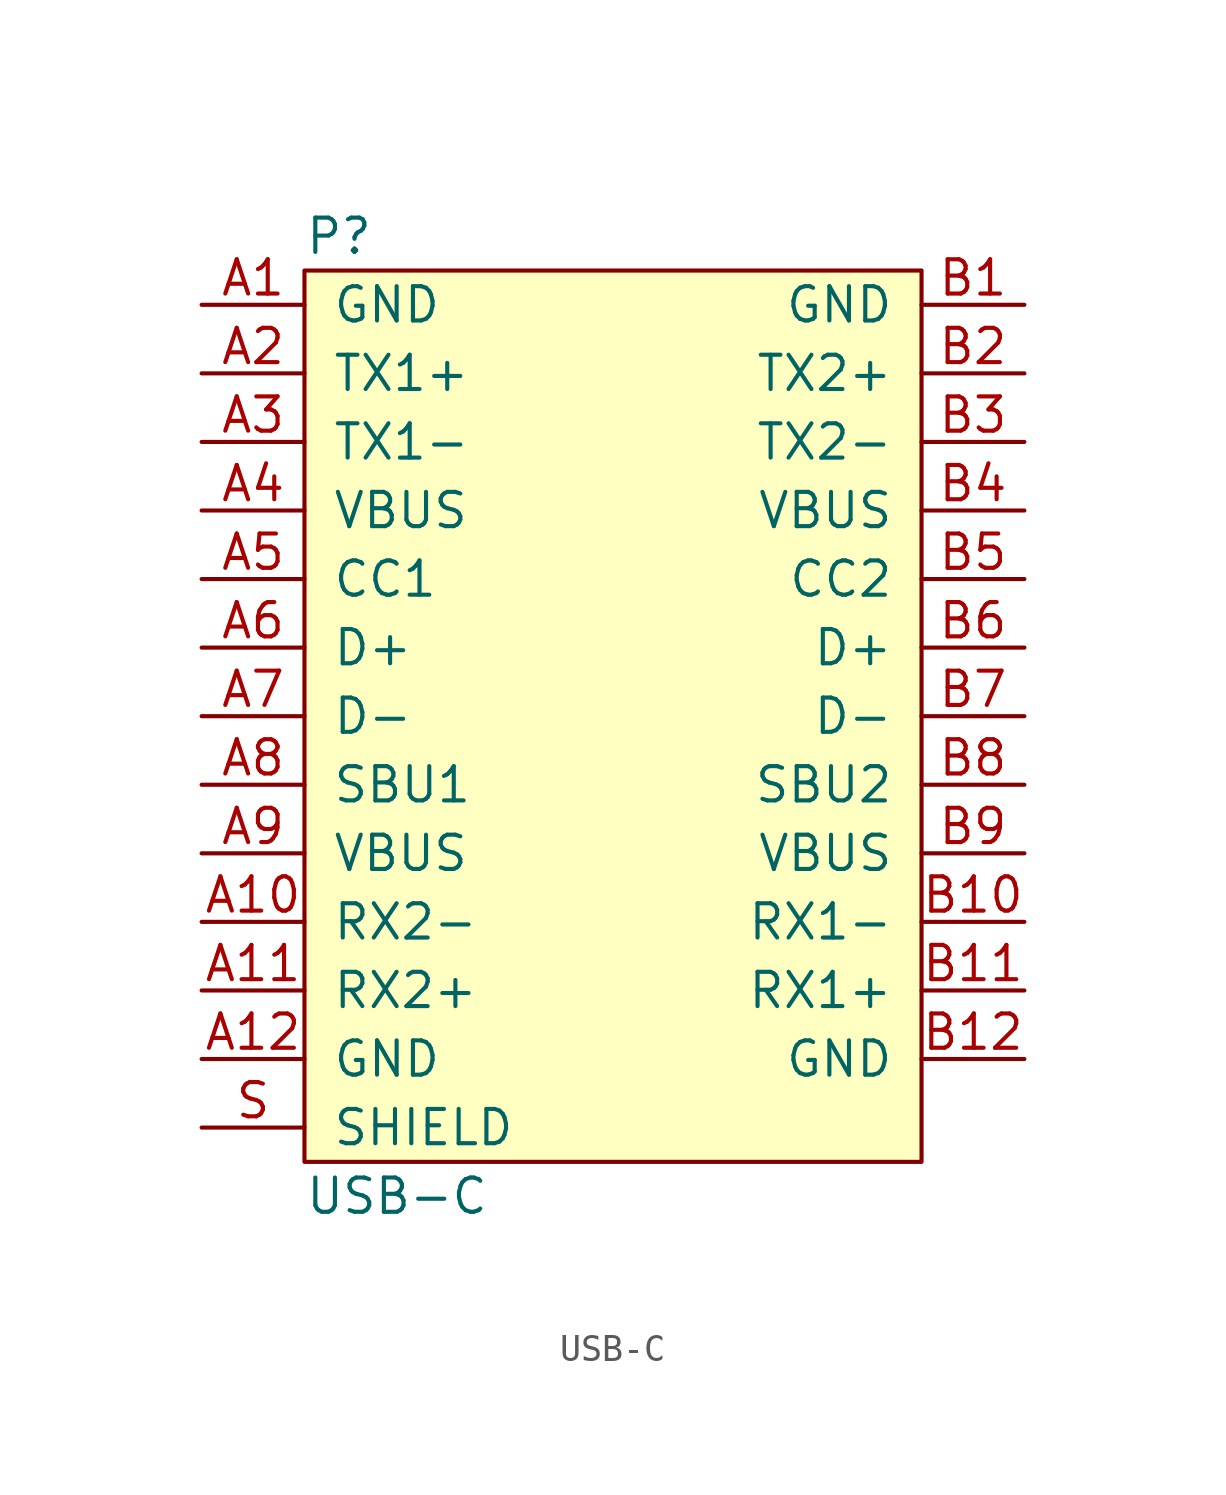
<source format=kicad_sym>
(kicad_symbol_lib
  (version 20211014)
  (generator agg_kicad.build_lib_ic)
  (symbol "USB-C"
    (pin_names
      (offset 1.016))
    (property Reference P
      (at -11.43 17.78 0)
      (effects (font (size 1.27 1.27)) (justify left)))
    (property Value "USB-C"
      (at -11.43 -17.78 0)
      (effects (font (size 1.27 1.27)) (justify left)))
    (symbol "USB-C_0_0"
      (rectangle (start -11.43 16.51) (end 11.43 -16.51) (stroke (width 0) (type default) (color 0 0 0 0)) (fill (type background)))
      (pin power_in line (at -15.24 15.24 0) (length 3.81) (name GND (effects (font (size 1.27 1.27)))) (number "A1" (effects (font (size 1.27 1.27)))))
      (pin bidirectional line (at -15.24 12.7 0) (length 3.81) (name "TX1+" (effects (font (size 1.27 1.27)))) (number "A2" (effects (font (size 1.27 1.27)))))
      (pin bidirectional line (at -15.24 10.16 0) (length 3.81) (name "TX1-" (effects (font (size 1.27 1.27)))) (number "A3" (effects (font (size 1.27 1.27)))))
      (pin power_in line (at -15.24 7.62 0) (length 3.81) (name VBUS (effects (font (size 1.27 1.27)))) (number "A4" (effects (font (size 1.27 1.27)))))
      (pin bidirectional line (at -15.24 5.08 0) (length 3.81) (name "CC1" (effects (font (size 1.27 1.27)))) (number "A5" (effects (font (size 1.27 1.27)))))
      (pin bidirectional line (at -15.24 2.54 0) (length 3.81) (name "D+" (effects (font (size 1.27 1.27)))) (number "A6" (effects (font (size 1.27 1.27)))))
      (pin bidirectional line (at -15.24 0 0) (length 3.81) (name "D-" (effects (font (size 1.27 1.27)))) (number "A7" (effects (font (size 1.27 1.27)))))
      (pin bidirectional line (at -15.24 -2.54 0) (length 3.81) (name "SBU1" (effects (font (size 1.27 1.27)))) (number "A8" (effects (font (size 1.27 1.27)))))
      (pin power_in line (at -15.24 -5.08 0) (length 3.81) (name VBUS (effects (font (size 1.27 1.27)))) (number "A9" (effects (font (size 1.27 1.27)))))
      (pin bidirectional line (at -15.24 -7.62 0) (length 3.81) (name "RX2-" (effects (font (size 1.27 1.27)))) (number "A10" (effects (font (size 1.27 1.27)))))
      (pin bidirectional line (at -15.24 -10.16 0) (length 3.81) (name "RX2+" (effects (font (size 1.27 1.27)))) (number "A11" (effects (font (size 1.27 1.27)))))
      (pin power_in line (at -15.24 -12.7 0) (length 3.81) (name GND (effects (font (size 1.27 1.27)))) (number "A12" (effects (font (size 1.27 1.27)))))
      (pin passive line (at -15.24 -15.24 0) (length 3.81) (name SHIELD (effects (font (size 1.27 1.27)))) (number S (effects (font (size 1.27 1.27)))))
      (pin power_in line (at 15.24 15.24 180) (length 3.81) (name GND (effects (font (size 1.27 1.27)))) (number "B1" (effects (font (size 1.27 1.27)))))
      (pin bidirectional line (at 15.24 12.7 180) (length 3.81) (name "TX2+" (effects (font (size 1.27 1.27)))) (number "B2" (effects (font (size 1.27 1.27)))))
      (pin bidirectional line (at 15.24 10.16 180) (length 3.81) (name "TX2-" (effects (font (size 1.27 1.27)))) (number "B3" (effects (font (size 1.27 1.27)))))
      (pin power_in line (at 15.24 7.62 180) (length 3.81) (name VBUS (effects (font (size 1.27 1.27)))) (number "B4" (effects (font (size 1.27 1.27)))))
      (pin bidirectional line (at 15.24 5.08 180) (length 3.81) (name "CC2" (effects (font (size 1.27 1.27)))) (number "B5" (effects (font (size 1.27 1.27)))))
      (pin bidirectional line (at 15.24 2.54 180) (length 3.81) (name "D+" (effects (font (size 1.27 1.27)))) (number "B6" (effects (font (size 1.27 1.27)))))
      (pin bidirectional line (at 15.24 0 180) (length 3.81) (name "D-" (effects (font (size 1.27 1.27)))) (number "B7" (effects (font (size 1.27 1.27)))))
      (pin bidirectional line (at 15.24 -2.54 180) (length 3.81) (name "SBU2" (effects (font (size 1.27 1.27)))) (number "B8" (effects (font (size 1.27 1.27)))))
      (pin power_in line (at 15.24 -5.08 180) (length 3.81) (name VBUS (effects (font (size 1.27 1.27)))) (number "B9" (effects (font (size 1.27 1.27)))))
      (pin bidirectional line (at 15.24 -7.62 180) (length 3.81) (name "RX1-" (effects (font (size 1.27 1.27)))) (number "B10" (effects (font (size 1.27 1.27)))))
      (pin bidirectional line (at 15.24 -10.16 180) (length 3.81) (name "RX1+" (effects (font (size 1.27 1.27)))) (number "B11" (effects (font (size 1.27 1.27)))))
      (pin power_in line (at 15.24 -12.7 180) (length 3.81) (name GND (effects (font (size 1.27 1.27)))) (number "B12" (effects (font (size 1.27 1.27))))))))
</source>
